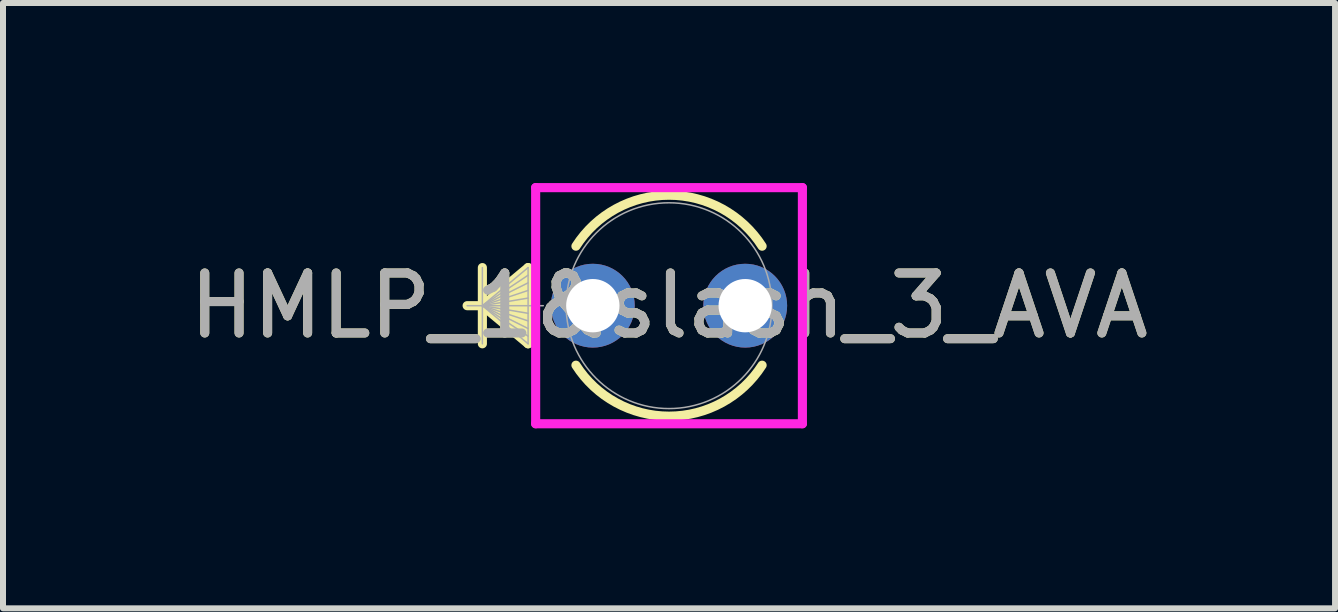
<source format=kicad_pcb>
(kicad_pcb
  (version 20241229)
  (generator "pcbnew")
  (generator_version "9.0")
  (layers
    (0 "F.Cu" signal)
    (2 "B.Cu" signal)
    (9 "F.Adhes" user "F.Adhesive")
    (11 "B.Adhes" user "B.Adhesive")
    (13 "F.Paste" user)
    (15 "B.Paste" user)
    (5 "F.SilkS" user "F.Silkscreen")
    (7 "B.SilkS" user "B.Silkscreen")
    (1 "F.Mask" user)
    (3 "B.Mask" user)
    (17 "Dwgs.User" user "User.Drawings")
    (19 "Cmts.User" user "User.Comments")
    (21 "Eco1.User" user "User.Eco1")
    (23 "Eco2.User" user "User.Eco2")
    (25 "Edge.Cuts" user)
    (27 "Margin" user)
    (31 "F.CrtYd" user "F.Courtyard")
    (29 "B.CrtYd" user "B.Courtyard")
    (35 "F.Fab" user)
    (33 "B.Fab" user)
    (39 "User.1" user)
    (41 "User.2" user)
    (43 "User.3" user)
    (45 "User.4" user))
  (footprint "HMLP_1&slash_3_AVA"
    (layer "F.Cu")
    (at 6.831 2.045)
    (property "Reference" "HMLP_1&slash_3_AVA" (at 1.27 0 0) (unlocked yes) (layer "F.SilkS") (effects (font (size 1 1) (thickness 0.15))))
    (attr through_hole)
    (fp_line (start -1.841 -0.635) (end -1.841 0.635) (stroke (width 0.152) (type solid)) (layer "F.SilkS"))
    (fp_line (start -1.841 0) (end -1.079 -0.635) (stroke (width 0.152) (type solid)) (layer "F.SilkS"))
    (fp_line (start -1.841 0) (end -1.079 -0.508) (stroke (width 0.152) (type solid)) (layer "F.SilkS"))
    (fp_line (start -1.841 0) (end -1.079 -0.381) (stroke (width 0.152) (type solid)) (layer "F.SilkS"))
    (fp_line (start -1.841 0) (end -1.079 -0.254) (stroke (width 0.152) (type solid)) (layer "F.SilkS"))
    (fp_line (start -1.841 0) (end -1.079 -0.127) (stroke (width 0.152) (type solid)) (layer "F.SilkS"))
    (fp_line (start -1.841 0) (end -1.079 0.127) (stroke (width 0.152) (type solid)) (layer "F.SilkS"))
    (fp_line (start -1.841 0) (end -1.079 0.254) (stroke (width 0.152) (type solid)) (layer "F.SilkS"))
    (fp_line (start -1.841 0) (end -1.079 0.381) (stroke (width 0.152) (type solid)) (layer "F.SilkS"))
    (fp_line (start -1.841 0) (end -1.079 0.508) (stroke (width 0.152) (type solid)) (layer "F.SilkS"))
    (fp_line (start -1.841 0) (end -1.079 0.635) (stroke (width 0.152) (type solid)) (layer "F.SilkS"))
    (fp_line (start -1.079 -0.635) (end -1.079 0.635) (stroke (width 0.152) (type solid)) (layer "F.SilkS"))
    (fp_line (start -1.031 0) (end -2.095 0) (stroke (width 0.152) (type solid)) (layer "F.SilkS"))
    (fp_arc (start -0.281403 -0.992104) (mid 1.270001 -1.8415) (end 2.821404 -0.992103) (stroke (width 0.1524) (type solid)) (layer "F.SilkS"))
    (fp_arc (start 2.821404 0.992103) (mid 1.27 1.8415) (end -0.281404 0.992103) (stroke (width 0.1524) (type solid)) (layer "F.SilkS"))
    (fp_line (start -0.953 -1.968) (end 3.493 -1.968) (stroke (width 0.152) (type solid)) (layer "F.CrtYd"))
    (fp_line (start -0.953 1.968) (end -0.953 -1.968) (stroke (width 0.152) (type solid)) (layer "F.CrtYd"))
    (fp_line (start 3.493 -1.968) (end 3.493 1.968) (stroke (width 0.152) (type solid)) (layer "F.CrtYd"))
    (fp_line (start 3.493 1.968) (end -0.953 1.968) (stroke (width 0.152) (type solid)) (layer "F.CrtYd"))
    (fp_line (start -1.841 -0.635) (end -1.841 0.635) (stroke (width 0.025) (type solid)) (layer "F.Fab"))
    (fp_line (start -1.841 0) (end -1.079 -0.635) (stroke (width 0.025) (type solid)) (layer "F.Fab"))
    (fp_line (start -1.841 0) (end -1.079 -0.508) (stroke (width 0.025) (type solid)) (layer "F.Fab"))
    (fp_line (start -1.841 0) (end -1.079 -0.381) (stroke (width 0.025) (type solid)) (layer "F.Fab"))
    (fp_line (start -1.841 0) (end -1.079 -0.254) (stroke (width 0.025) (type solid)) (layer "F.Fab"))
    (fp_line (start -1.841 0) (end -1.079 -0.127) (stroke (width 0.025) (type solid)) (layer "F.Fab"))
    (fp_line (start -1.841 0) (end -1.079 0.127) (stroke (width 0.025) (type solid)) (layer "F.Fab"))
    (fp_line (start -1.841 0) (end -1.079 0.254) (stroke (width 0.025) (type solid)) (layer "F.Fab"))
    (fp_line (start -1.841 0) (end -1.079 0.381) (stroke (width 0.025) (type solid)) (layer "F.Fab"))
    (fp_line (start -1.841 0) (end -1.079 0.508) (stroke (width 0.025) (type solid)) (layer "F.Fab"))
    (fp_line (start -1.841 0) (end -1.079 0.635) (stroke (width 0.025) (type solid)) (layer "F.Fab"))
    (fp_line (start -1.079 -0.635) (end -1.079 0.635) (stroke (width 0.025) (type solid)) (layer "F.Fab"))
    (fp_line (start -0.826 0) (end -2.095 0) (stroke (width 0.025) (type solid)) (layer "F.Fab"))
    (fp_circle (center 1.27 0) (end 2.985 0) (stroke (width 0.025) (type solid)) (fill no) (layer "F.Fab"))
    (fp_text user "${REFERENCE}" (at 1.27 0 0) (unlocked yes) (layer "F.Fab") (effects (font (size 1 1) (thickness 0.15))))
    (pad "1" thru_hole circle (at 0 0) (size 1.397 1.397) (drill 0.889) (layers "*.Cu" "*.Mask"))
    (pad "2" thru_hole circle (at 2.54 0) (size 1.397 1.397) (drill 0.889) (layers "*.Cu" "*.Mask")))
  (gr_rect
    (start -3 -3)
    (end 19.202 7.089)
    (stroke (width 0.1) (type default))
    (fill no)
    (layer "Edge.Cuts")))
</source>
